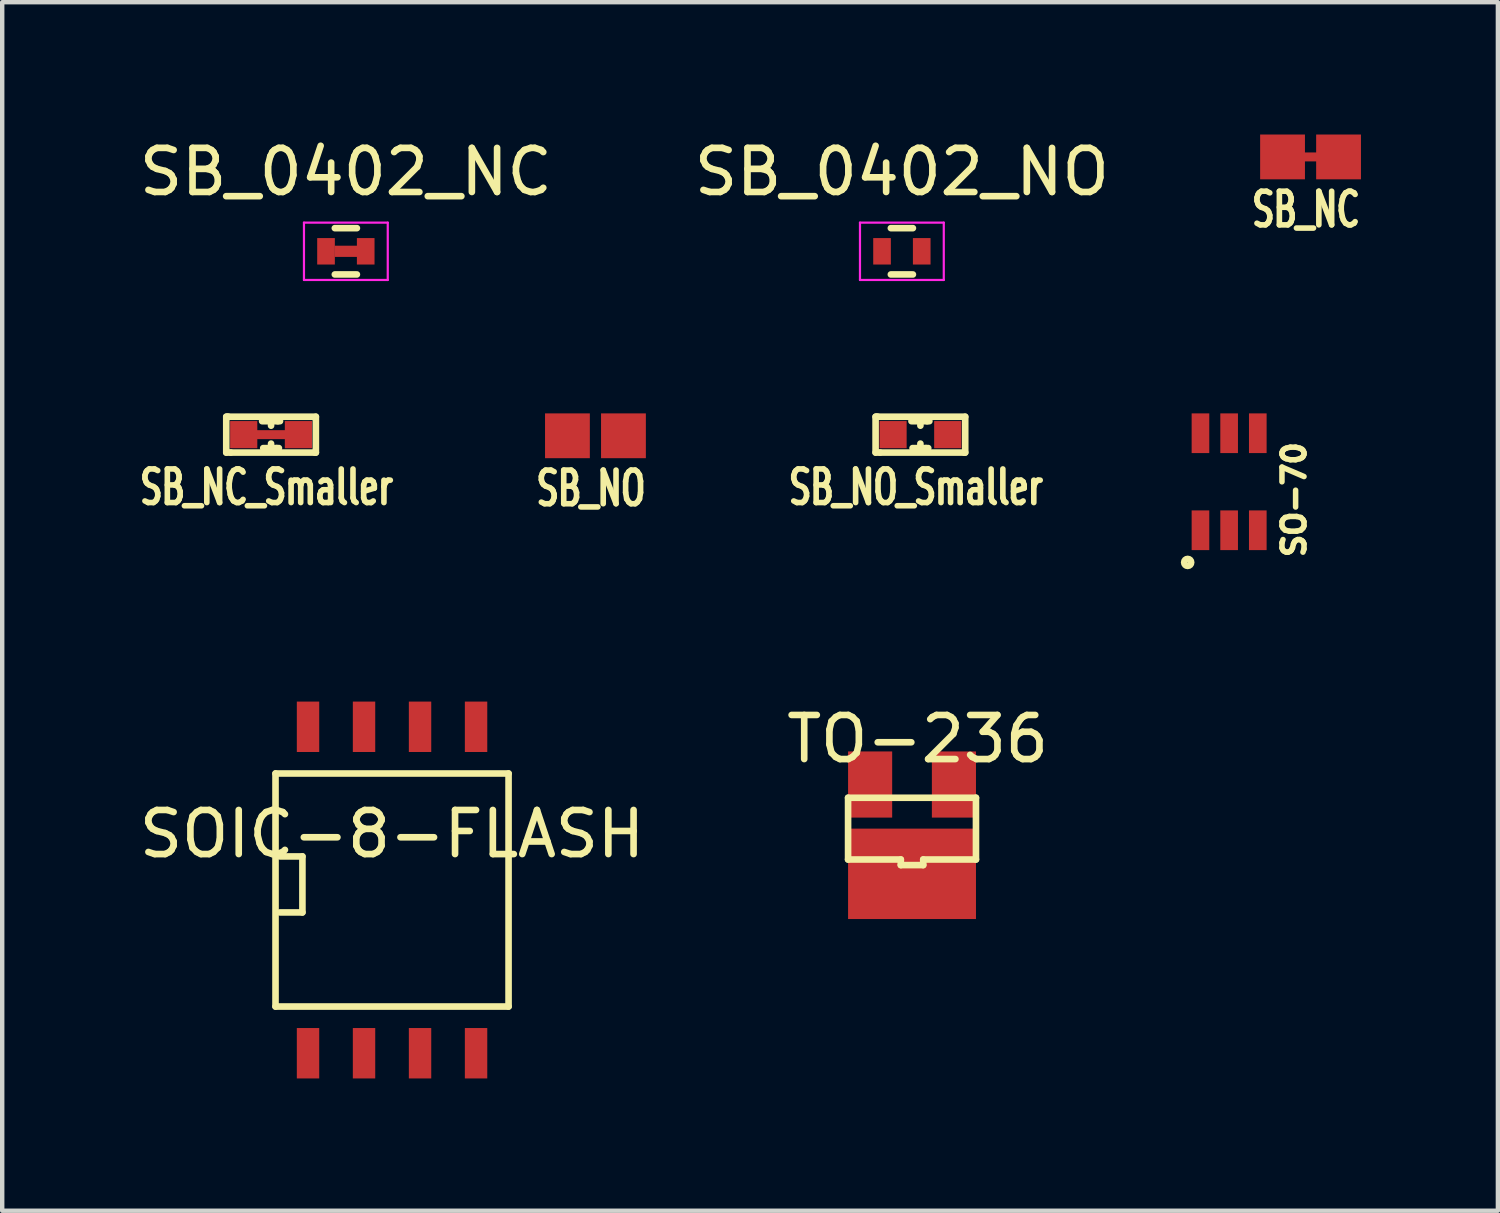
<source format=kicad_pcb>
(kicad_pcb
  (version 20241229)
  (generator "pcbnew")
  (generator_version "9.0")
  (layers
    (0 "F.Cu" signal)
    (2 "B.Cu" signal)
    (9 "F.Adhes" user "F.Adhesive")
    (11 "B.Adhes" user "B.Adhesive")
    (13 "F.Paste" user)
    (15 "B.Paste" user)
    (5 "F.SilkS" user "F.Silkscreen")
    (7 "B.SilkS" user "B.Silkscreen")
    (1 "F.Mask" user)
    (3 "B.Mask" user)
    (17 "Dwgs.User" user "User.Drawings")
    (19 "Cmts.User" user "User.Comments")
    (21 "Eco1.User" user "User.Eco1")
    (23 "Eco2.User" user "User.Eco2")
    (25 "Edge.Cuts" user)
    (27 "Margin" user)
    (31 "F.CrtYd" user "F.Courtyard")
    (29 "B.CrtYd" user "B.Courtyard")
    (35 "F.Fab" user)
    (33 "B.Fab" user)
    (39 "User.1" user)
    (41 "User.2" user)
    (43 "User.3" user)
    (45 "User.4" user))
  (footprint "SB_0402_NC"
    (layer "F.Cu")
    (at 4.792 2.648)
    (property "Reference" "SB_0402_NC" (at 0 -1.8 0) (layer "F.SilkS") (effects (font (size 1 1) (thickness 0.15))))
    (attr smd)
    (fp_line (start -0.25 0.525) (end 0.25 0.525) (stroke (width 0.15) (type solid)) (layer "F.SilkS"))
    (fp_line (start 0.25 -0.525) (end -0.25 -0.525) (stroke (width 0.15) (type solid)) (layer "F.SilkS"))
    (fp_line (start -0.95 -0.65) (end -0.95 0.65) (stroke (width 0.05) (type solid)) (layer "F.CrtYd"))
    (fp_line (start -0.95 -0.65) (end 0.95 -0.65) (stroke (width 0.05) (type solid)) (layer "F.CrtYd"))
    (fp_line (start -0.95 0.65) (end 0.95 0.65) (stroke (width 0.05) (type solid)) (layer "F.CrtYd"))
    (fp_line (start 0.95 -0.65) (end 0.95 0.65) (stroke (width 0.05) (type solid)) (layer "F.CrtYd"))
    (pad "" smd rect (at 0 0) (size 0.508 0.254) (layers "F.Cu" "F.Mask" "F.Paste"))
    (pad "1" smd rect (at -0.45 0) (size 0.4 0.6) (layers "F.Cu" "F.Mask" "F.Paste"))
    (pad "2" smd rect (at 0.45 0) (size 0.4 0.6) (layers "F.Cu" "F.Mask" "F.Paste")))
  (footprint "SB_NC"
    (layer "F.Cu")
    (at 26.665 0.508)
    (property "Reference" "SB_NC" (at -0.102 1.194 0) (layer "F.SilkS") (effects (font (size 0.762 0.508) (thickness 0.127))))
    (attr through_hole)
    (pad "" smd rect (at 0 0) (size 0.508 0.203) (layers "F.Cu" "F.Mask" "F.Paste"))
    (pad "1" smd rect (at -0.635 0) (size 1.016 1.016) (layers "F.Cu" "F.Mask" "F.Paste"))
    (pad "2" smd rect (at 0.635 0) (size 1.016 1.016) (layers "F.Cu" "F.Mask" "F.Paste")))
  (footprint "SB_NC_Smaller"
    (layer "F.Cu")
    (at 3.096 6.805)
    (property "Reference" "SB_NC_Smaller" (at -0.102 1.194 0) (layer "F.SilkS") (effects (font (size 0.762 0.508) (thickness 0.127))))
    (attr through_hole)
    (fp_line (start -1.016 -0.406) (end -1.016 0.406) (stroke (width 0.15) (type solid)) (layer "F.SilkS"))
    (fp_line (start -1.016 0.406) (end -0.914 0.406) (stroke (width 0.15) (type solid)) (layer "F.SilkS"))
    (fp_line (start -0.991 -0.406) (end -1.016 -0.406) (stroke (width 0.15) (type solid)) (layer "F.SilkS"))
    (fp_line (start -0.965 -0.406) (end -0.991 -0.406) (stroke (width 0.15) (type solid)) (layer "F.SilkS"))
    (fp_line (start -0.914 0.406) (end 0.991 0.406) (stroke (width 0.15) (type solid)) (layer "F.SilkS"))
    (fp_line (start -0.203 -0.305) (end 0.152 -0.305) (stroke (width 0.15) (type solid)) (layer "F.SilkS"))
    (fp_line (start -0.178 0.305) (end 0.127 0.305) (stroke (width 0.15) (type solid)) (layer "F.SilkS"))
    (fp_line (start 0 -0.203) (end 0 -0.229) (stroke (width 0.15) (type solid)) (layer "F.SilkS"))
    (fp_line (start 0 0.203) (end 0 0.229) (stroke (width 0.15) (type solid)) (layer "F.SilkS"))
    (fp_line (start 0.127 0.305) (end 0.178 0.305) (stroke (width 0.15) (type solid)) (layer "F.SilkS"))
    (fp_line (start 0.152 -0.305) (end 0.203 -0.305) (stroke (width 0.15) (type solid)) (layer "F.SilkS"))
    (fp_line (start 0.991 0.406) (end 1.016 0.406) (stroke (width 0.15) (type solid)) (layer "F.SilkS"))
    (fp_line (start 1.016 -0.406) (end -0.965 -0.406) (stroke (width 0.15) (type solid)) (layer "F.SilkS"))
    (fp_line (start 1.016 0.406) (end 1.016 -0.406) (stroke (width 0.15) (type solid)) (layer "F.SilkS"))
    (pad "" smd rect (at 0 0) (size 0.808 0.203) (layers "F.Cu" "F.Mask" "F.Paste"))
    (pad "1" smd rect (at -0.62 0) (size 0.616 0.616) (layers "F.Cu" "F.Mask" "F.Paste"))
    (pad "2" smd rect (at 0.62 0) (size 0.616 0.616) (layers "F.Cu" "F.Mask" "F.Paste")))
  (footprint "SO-70"
    (layer "F.Cu")
    (at 24.819 7.873)
    (property "Reference" "SO-70" (at 1.473 0.406 90) (layer "F.SilkS") (effects (font (size 0.5 0.5) (thickness 0.125))))
    (attr through_hole)
    (fp_circle (center -0.94 1.829) (end -0.864 1.854) (stroke (width 0.15) (type solid)) (fill no) (layer "F.SilkS"))
    (pad "1" smd rect (at -0.65 1.1) (size 0.4 0.9) (layers "F.Cu" "F.Mask" "F.Paste"))
    (pad "2" smd rect (at 0 1.1) (size 0.4 0.9) (layers "F.Cu" "F.Mask" "F.Paste"))
    (pad "3" smd rect (at 0.65 1.1) (size 0.4 0.9) (layers "F.Cu" "F.Mask" "F.Paste"))
    (pad "4" smd rect (at 0.65 -1.1) (size 0.4 0.9) (layers "F.Cu" "F.Mask" "F.Paste"))
    (pad "5" smd rect (at 0 -1.1) (size 0.4 0.9) (layers "F.Cu" "F.Mask" "F.Paste"))
    (pad "6" smd rect (at -0.65 -1.1) (size 0.4 0.9) (layers "F.Cu" "F.Mask" "F.Paste")))
  (footprint "SB_NO_Smaller"
    (layer "F.Cu")
    (at 17.819 6.805)
    (property "Reference" "SB_NO_Smaller" (at -0.102 1.194 0) (layer "F.SilkS") (effects (font (size 0.762 0.508) (thickness 0.127))))
    (attr through_hole)
    (fp_line (start -1.016 -0.406) (end -1.016 0.406) (stroke (width 0.15) (type solid)) (layer "F.SilkS"))
    (fp_line (start -1.016 0.406) (end -0.914 0.406) (stroke (width 0.15) (type solid)) (layer "F.SilkS"))
    (fp_line (start -0.991 -0.406) (end -1.016 -0.406) (stroke (width 0.15) (type solid)) (layer "F.SilkS"))
    (fp_line (start -0.965 -0.406) (end -0.991 -0.406) (stroke (width 0.15) (type solid)) (layer "F.SilkS"))
    (fp_line (start -0.914 0.406) (end 0.991 0.406) (stroke (width 0.15) (type solid)) (layer "F.SilkS"))
    (fp_line (start -0.203 -0.305) (end 0.152 -0.305) (stroke (width 0.15) (type solid)) (layer "F.SilkS"))
    (fp_line (start -0.178 0.305) (end 0.127 0.305) (stroke (width 0.15) (type solid)) (layer "F.SilkS"))
    (fp_line (start 0 -0.203) (end 0 -0.229) (stroke (width 0.15) (type solid)) (layer "F.SilkS"))
    (fp_line (start 0 0.203) (end 0 0.229) (stroke (width 0.15) (type solid)) (layer "F.SilkS"))
    (fp_line (start 0.127 0.305) (end 0.178 0.305) (stroke (width 0.15) (type solid)) (layer "F.SilkS"))
    (fp_line (start 0.152 -0.305) (end 0.203 -0.305) (stroke (width 0.15) (type solid)) (layer "F.SilkS"))
    (fp_line (start 0.991 0.406) (end 1.016 0.406) (stroke (width 0.15) (type solid)) (layer "F.SilkS"))
    (fp_line (start 1.016 -0.406) (end -0.965 -0.406) (stroke (width 0.15) (type solid)) (layer "F.SilkS"))
    (fp_line (start 1.016 0.406) (end 1.016 -0.406) (stroke (width 0.15) (type solid)) (layer "F.SilkS"))
    (pad "1" smd rect (at -0.62 0) (size 0.616 0.616) (layers "F.Cu" "F.Mask" "F.Paste"))
    (pad "2" smd rect (at 0.62 0) (size 0.616 0.616) (layers "F.Cu" "F.Mask" "F.Paste")))
  (footprint "SOIC-8-FLASH"
    (layer "F.Cu")
    (at 5.839 17.13)
    (property "Reference" "SOIC-8-FLASH" (at 0 -1.27 0) (layer "F.SilkS") (effects (font (size 1 1) (thickness 0.15))))
    (attr smd)
    (fp_line (start -2.642 -2.642) (end 2.642 -2.642) (stroke (width 0.15) (type solid)) (layer "F.SilkS"))
    (fp_line (start -2.642 2.642) (end -2.642 -2.642) (stroke (width 0.15) (type solid)) (layer "F.SilkS"))
    (fp_line (start -2.54 -0.762) (end -2.032 -0.762) (stroke (width 0.15) (type solid)) (layer "F.SilkS"))
    (fp_line (start -2.032 -0.762) (end -2.032 0.508) (stroke (width 0.15) (type solid)) (layer "F.SilkS"))
    (fp_line (start -2.032 0.508) (end -2.54 0.508) (stroke (width 0.15) (type solid)) (layer "F.SilkS"))
    (fp_line (start 2.642 -2.642) (end 2.642 2.642) (stroke (width 0.15) (type solid)) (layer "F.SilkS"))
    (fp_line (start 2.642 2.642) (end -2.642 2.642) (stroke (width 0.15) (type solid)) (layer "F.SilkS"))
    (pad "1" smd rect (at -1.905 3.701) (size 0.508 1.143) (layers "F.Cu" "F.Mask" "F.Paste"))
    (pad "2" smd rect (at -0.635 3.701) (size 0.508 1.143) (layers "F.Cu" "F.Mask" "F.Paste"))
    (pad "3" smd rect (at 0.635 3.701) (size 0.508 1.143) (layers "F.Cu" "F.Mask" "F.Paste"))
    (pad "4" smd rect (at 1.905 3.701) (size 0.508 1.143) (layers "F.Cu" "F.Mask" "F.Paste"))
    (pad "5" smd rect (at 1.905 -3.701) (size 0.508 1.143) (layers "F.Cu" "F.Mask" "F.Paste"))
    (pad "6" smd rect (at 0.635 -3.701) (size 0.508 1.143) (layers "F.Cu" "F.Mask" "F.Paste"))
    (pad "7" smd rect (at -0.635 -3.701) (size 0.508 1.143) (layers "F.Cu" "F.Mask" "F.Paste"))
    (pad "8" smd rect (at -1.905 -3.701) (size 0.508 1.143) (layers "F.Cu" "F.Mask" "F.Paste")))
  (footprint "TO-236"
    (layer "F.Cu")
    (at 17.629 15.738)
    (property "Reference" "TO-236" (at 0.127 -2.032 0) (layer "F.SilkS") (effects (font (size 1 1) (thickness 0.15))))
    (attr smd)
    (fp_line (start -1.45 -0.7) (end -1.45 0.7) (stroke (width 0.15) (type solid)) (layer "F.SilkS"))
    (fp_line (start -1.45 0.7) (end -0.254 0.7) (stroke (width 0.15) (type solid)) (layer "F.SilkS"))
    (fp_line (start -0.254 0.7) (end -0.254 0.827) (stroke (width 0.15) (type solid)) (layer "F.SilkS"))
    (fp_line (start -0.254 0.827) (end 0.254 0.827) (stroke (width 0.15) (type solid)) (layer "F.SilkS"))
    (fp_line (start 0.254 0.7) (end 1.45 0.7) (stroke (width 0.15) (type solid)) (layer "F.SilkS"))
    (fp_line (start 0.254 0.827) (end 0.254 0.7) (stroke (width 0.15) (type solid)) (layer "F.SilkS"))
    (fp_line (start 1.45 -0.7) (end -1.45 -0.7) (stroke (width 0.15) (type solid)) (layer "F.SilkS"))
    (fp_line (start 1.45 0.7) (end 1.45 -0.7) (stroke (width 0.15) (type solid)) (layer "F.SilkS"))
    (pad "1" smd rect (at 0.95 -1) (size 1 1.5) (layers "F.Cu" "F.Mask" "F.Paste"))
    (pad "2" smd rect (at -0.95 -1) (size 1 1.5) (layers "F.Cu" "F.Mask" "F.Paste"))
    (pad "3" smd rect (at 0 1.025) (size 2.9 2.05) (layers "F.Cu" "F.Mask" "F.Paste")))
  (footprint "SB_NO"
    (layer "F.Cu")
    (at 10.451 6.831)
    (property "Reference" "SB_NO" (at -0.102 1.194 0) (layer "F.SilkS") (effects (font (size 0.762 0.508) (thickness 0.127))))
    (attr through_hole)
    (pad "1" smd rect (at -0.635 0) (size 1.016 1.016) (layers "F.Cu" "F.Mask" "F.Paste"))
    (pad "2" smd rect (at 0.635 0) (size 1.016 1.016) (layers "F.Cu" "F.Mask" "F.Paste")))
  (footprint "SB_0402_NO"
    (layer "F.Cu")
    (at 17.399 2.648)
    (property "Reference" "SB_0402_NO" (at 0 -1.8 0) (layer "F.SilkS") (effects (font (size 1 1) (thickness 0.15))))
    (attr smd)
    (fp_line (start -0.25 0.525) (end 0.25 0.525) (stroke (width 0.15) (type solid)) (layer "F.SilkS"))
    (fp_line (start 0.25 -0.525) (end -0.25 -0.525) (stroke (width 0.15) (type solid)) (layer "F.SilkS"))
    (fp_line (start -0.95 -0.65) (end -0.95 0.65) (stroke (width 0.05) (type solid)) (layer "F.CrtYd"))
    (fp_line (start -0.95 -0.65) (end 0.95 -0.65) (stroke (width 0.05) (type solid)) (layer "F.CrtYd"))
    (fp_line (start -0.95 0.65) (end 0.95 0.65) (stroke (width 0.05) (type solid)) (layer "F.CrtYd"))
    (fp_line (start 0.95 -0.65) (end 0.95 0.65) (stroke (width 0.05) (type solid)) (layer "F.CrtYd"))
    (pad "1" smd rect (at -0.45 0) (size 0.4 0.6) (layers "F.Cu" "F.Mask" "F.Paste"))
    (pad "2" smd rect (at 0.45 0) (size 0.4 0.6) (layers "F.Cu" "F.Mask" "F.Paste")))
  (gr_rect
    (start -3 -3)
    (end 30.913 24.402)
    (stroke (width 0.1) (type default))
    (fill no)
    (layer "Edge.Cuts")))
</source>
